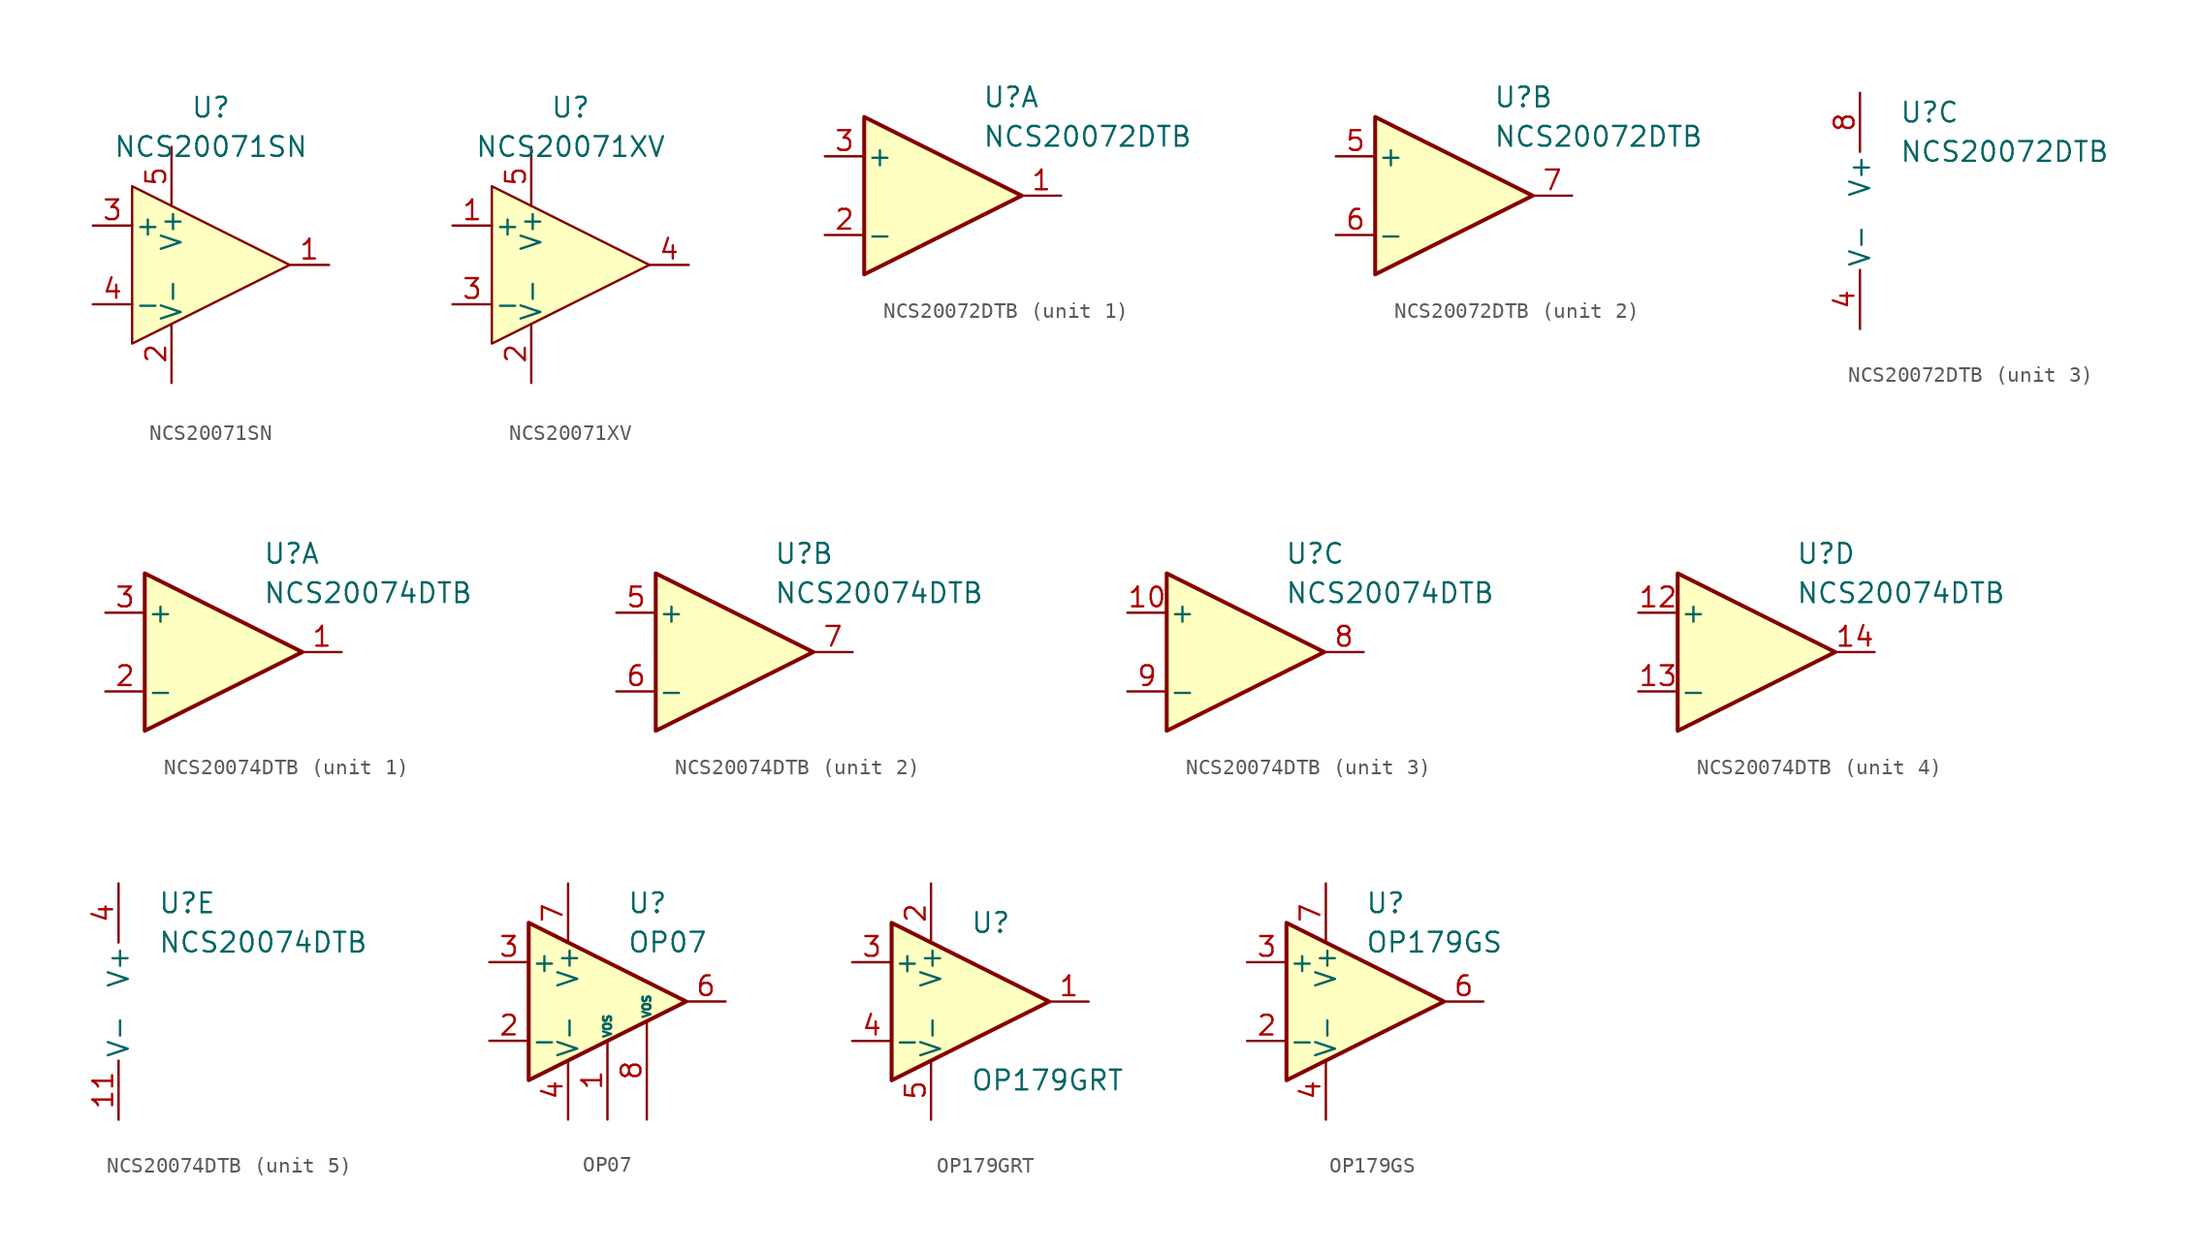
<source format=kicad_sym>
(kicad_symbol_lib
  (version 20201005)
  (generator kicad_symbol_editor)
  (symbol "Amplifier_Operational:NCS20071SN"
    (pin_names
      (offset 0.127))
    (property "Reference" "U"
      (at 0 10.16 0)
      (effects (font (size 1.27 1.27))))
    (property "Value" "NCS20071SN"
      (at 0 7.62 0)
      (effects (font (size 1.27 1.27))))
    (symbol "NCS20071SN_1_1"
      (polyline (pts (xy 5.08 0) (xy -5.08 5.08) (xy -5.08 -5.08) (xy 5.08 0)) (stroke (width 0)) (fill (type background)))
      (pin output line (at 7.62 0 180) (length 2.54) (name "~" (effects (font (size 1.27 1.27)))) (number "1" (effects (font (size 1.27 1.27)))))
      (pin power_in line (at -2.54 -7.62 90) (length 3.81) (name "V-" (effects (font (size 1.27 1.27)))) (number "2" (effects (font (size 1.27 1.27)))))
      (pin input line (at -7.62 2.54 0) (length 2.54) (name "+" (effects (font (size 1.27 1.27)))) (number "3" (effects (font (size 1.27 1.27)))))
      (pin input line (at -7.62 -2.54 0) (length 2.54) (name "-" (effects (font (size 1.27 1.27)))) (number "4" (effects (font (size 1.27 1.27)))))
      (pin power_in line (at -2.54 7.62 270) (length 3.81) (name "V+" (effects (font (size 1.27 1.27)))) (number "5" (effects (font (size 1.27 1.27)))))))
  (symbol "Amplifier_Operational:NCS20071XV"
    (pin_names
      (offset 0.127))
    (property "Reference" "U"
      (at 0 10.16 0)
      (effects (font (size 1.27 1.27))))
    (property "Value" "NCS20071XV"
      (at 0 7.62 0)
      (effects (font (size 1.27 1.27))))
    (symbol "NCS20071XV_1_1"
      (polyline (pts (xy 5.08 0) (xy -5.08 5.08) (xy -5.08 -5.08) (xy 5.08 0)) (stroke (width 0)) (fill (type background)))
      (pin input line (at -7.62 2.54 0) (length 2.54) (name "+" (effects (font (size 1.27 1.27)))) (number "1" (effects (font (size 1.27 1.27)))))
      (pin power_in line (at -2.54 -7.62 90) (length 3.81) (name "V-" (effects (font (size 1.27 1.27)))) (number "2" (effects (font (size 1.27 1.27)))))
      (pin input line (at -7.62 -2.54 0) (length 2.54) (name "-" (effects (font (size 1.27 1.27)))) (number "3" (effects (font (size 1.27 1.27)))))
      (pin output line (at 7.62 0 180) (length 2.54) (name "~" (effects (font (size 1.27 1.27)))) (number "4" (effects (font (size 1.27 1.27)))))
      (pin power_in line (at -2.54 7.62 270) (length 3.81) (name "V+" (effects (font (size 1.27 1.27)))) (number "5" (effects (font (size 1.27 1.27)))))))
  (symbol "Amplifier_Operational:NCS20072DTB"
    (pin_names
      (offset 0.127))
    (property "Reference" "U"
      (at 2.54 6.35 0)
      (effects (font (size 1.27 1.27)) (justify left)))
    (property "Value" "NCS20072DTB"
      (at 2.54 3.81 0)
      (effects (font (size 1.27 1.27)) (justify left)))
    (property "ki_locked" ""
      (at 0 0 0)
      (effects (font (size 1.27 1.27))))
    (symbol "NCS20072DTB_1_1"
      (polyline (pts (xy 5.08 0) (xy -5.08 5.08) (xy -5.08 -5.08) (xy 5.08 0)) (stroke (width 0.254)) (fill (type background)))
      (pin output line (at 7.62 0 180) (length 2.54) (name "~" (effects (font (size 1.27 1.27)))) (number "1" (effects (font (size 1.27 1.27)))))
      (pin input line (at -7.62 -2.54 0) (length 2.54) (name "-" (effects (font (size 1.27 1.27)))) (number "2" (effects (font (size 1.27 1.27)))))
      (pin input line (at -7.62 2.54 0) (length 2.54) (name "+" (effects (font (size 1.27 1.27)))) (number "3" (effects (font (size 1.27 1.27))))))
    (symbol "NCS20072DTB_2_1"
      (polyline (pts (xy 5.08 0) (xy -5.08 5.08) (xy -5.08 -5.08) (xy 5.08 0)) (stroke (width 0.254)) (fill (type background)))
      (pin input line (at -7.62 2.54 0) (length 2.54) (name "+" (effects (font (size 1.27 1.27)))) (number "5" (effects (font (size 1.27 1.27)))))
      (pin input line (at -7.62 -2.54 0) (length 2.54) (name "-" (effects (font (size 1.27 1.27)))) (number "6" (effects (font (size 1.27 1.27)))))
      (pin output line (at 7.62 0 180) (length 2.54) (name "~" (effects (font (size 1.27 1.27)))) (number "7" (effects (font (size 1.27 1.27))))))
    (symbol "NCS20072DTB_3_1"
      (pin power_in line (at 0 -7.62 90) (length 3.81) (name "V-" (effects (font (size 1.27 1.27)))) (number "4" (effects (font (size 1.27 1.27)))))
      (pin power_in line (at 0 7.62 270) (length 3.81) (name "V+" (effects (font (size 1.27 1.27)))) (number "8" (effects (font (size 1.27 1.27)))))))
  (symbol "Amplifier_Operational:NCS20074DTB"
    (pin_names
      (offset 0.127))
    (property "Reference" "U"
      (at 2.54 6.35 0)
      (effects (font (size 1.27 1.27)) (justify left)))
    (property "Value" "NCS20074DTB"
      (at 2.54 3.81 0)
      (effects (font (size 1.27 1.27)) (justify left)))
    (property "ki_locked" ""
      (at 0 0 0)
      (effects (font (size 1.27 1.27))))
    (symbol "NCS20074DTB_1_1"
      (polyline (pts (xy 5.08 0) (xy -5.08 5.08) (xy -5.08 -5.08) (xy 5.08 0)) (stroke (width 0.254)) (fill (type background)))
      (pin output line (at 7.62 0 180) (length 2.54) (name "~" (effects (font (size 1.27 1.27)))) (number "1" (effects (font (size 1.27 1.27)))))
      (pin input line (at -7.62 -2.54 0) (length 2.54) (name "-" (effects (font (size 1.27 1.27)))) (number "2" (effects (font (size 1.27 1.27)))))
      (pin input line (at -7.62 2.54 0) (length 2.54) (name "+" (effects (font (size 1.27 1.27)))) (number "3" (effects (font (size 1.27 1.27))))))
    (symbol "NCS20074DTB_2_1"
      (polyline (pts (xy -5.08 5.08) (xy -5.08 -5.08) (xy 5.08 0) (xy -5.08 5.08)) (stroke (width 0.254)) (fill (type background)))
      (pin input line (at -7.62 2.54 0) (length 2.54) (name "+" (effects (font (size 1.27 1.27)))) (number "5" (effects (font (size 1.27 1.27)))))
      (pin input line (at -7.62 -2.54 0) (length 2.54) (name "-" (effects (font (size 1.27 1.27)))) (number "6" (effects (font (size 1.27 1.27)))))
      (pin output line (at 7.62 0 180) (length 2.54) (name "~" (effects (font (size 1.27 1.27)))) (number "7" (effects (font (size 1.27 1.27))))))
    (symbol "NCS20074DTB_3_1"
      (polyline (pts (xy 5.08 0) (xy -5.08 5.08) (xy -5.08 -5.08) (xy 5.08 0)) (stroke (width 0.254)) (fill (type background)))
      (pin input line (at -7.62 2.54 0) (length 2.54) (name "+" (effects (font (size 1.27 1.27)))) (number "10" (effects (font (size 1.27 1.27)))))
      (pin output line (at 7.62 0 180) (length 2.54) (name "~" (effects (font (size 1.27 1.27)))) (number "8" (effects (font (size 1.27 1.27)))))
      (pin input line (at -7.62 -2.54 0) (length 2.54) (name "-" (effects (font (size 1.27 1.27)))) (number "9" (effects (font (size 1.27 1.27))))))
    (symbol "NCS20074DTB_4_1"
      (polyline (pts (xy -5.08 5.08) (xy 5.08 0) (xy -5.08 -5.08) (xy -5.08 5.08)) (stroke (width 0.254)) (fill (type background)))
      (pin input line (at -7.62 2.54 0) (length 2.54) (name "+" (effects (font (size 1.27 1.27)))) (number "12" (effects (font (size 1.27 1.27)))))
      (pin input line (at -7.62 -2.54 0) (length 2.54) (name "-" (effects (font (size 1.27 1.27)))) (number "13" (effects (font (size 1.27 1.27)))))
      (pin output line (at 7.62 0 180) (length 2.54) (name "~" (effects (font (size 1.27 1.27)))) (number "14" (effects (font (size 1.27 1.27))))))
    (symbol "NCS20074DTB_5_1"
      (pin power_in line (at 0 -7.62 90) (length 3.81) (name "V-" (effects (font (size 1.27 1.27)))) (number "11" (effects (font (size 1.27 1.27)))))
      (pin power_in line (at 0 7.62 270) (length 3.81) (name "V+" (effects (font (size 1.27 1.27)))) (number "4" (effects (font (size 1.27 1.27)))))))
  (symbol "Amplifier_Operational:OP07"
    (pin_names
      (offset 0.127))
    (property "Reference" "U"
      (at 1.27 6.35 0)
      (effects (font (size 1.27 1.27)) (justify left)))
    (property "Value" "OP07"
      (at 1.27 3.81 0)
      (effects (font (size 1.27 1.27)) (justify left)))
    (symbol "OP07_0_1"
      (polyline (pts (xy -5.08 5.08) (xy 5.08 0) (xy -5.08 -5.08) (xy -5.08 5.08)) (stroke (width 0.254)) (fill (type background))))
    (symbol "OP07_1_1"
      (pin input line (at 0 -7.62 90) (length 5.08) (name "VOS" (effects (font (size 0.508 0.508)))) (number "1" (effects (font (size 1.27 1.27)))))
      (pin input line (at -7.62 -2.54 0) (length 2.54) (name "-" (effects (font (size 1.27 1.27)))) (number "2" (effects (font (size 1.27 1.27)))))
      (pin input line (at -7.62 2.54 0) (length 2.54) (name "+" (effects (font (size 1.27 1.27)))) (number "3" (effects (font (size 1.27 1.27)))))
      (pin power_in line (at -2.54 -7.62 90) (length 3.81) (name "V-" (effects (font (size 1.27 1.27)))) (number "4" (effects (font (size 1.27 1.27)))))
      (pin no_connect line (at 0 2.54 270) (length 2.54) hide (name "NC" (effects (font (size 1.27 1.27)))) (number "5" (effects (font (size 1.27 1.27)))))
      (pin output line (at 7.62 0 180) (length 2.54) (name "~" (effects (font (size 1.27 1.27)))) (number "6" (effects (font (size 1.27 1.27)))))
      (pin power_in line (at -2.54 7.62 270) (length 3.81) (name "V+" (effects (font (size 1.27 1.27)))) (number "7" (effects (font (size 1.27 1.27)))))
      (pin input line (at 2.54 -7.62 90) (length 6.35) (name "VOS" (effects (font (size 0.508 0.508)))) (number "8" (effects (font (size 1.27 1.27)))))))
  (symbol "Amplifier_Operational:OP179GRT"
    (pin_names
      (offset 0.127))
    (property "Reference" "U"
      (at 0 5.08 0)
      (effects (font (size 1.27 1.27)) (justify left)))
    (property "Value" "OP179GRT"
      (at 0 -5.08 0)
      (effects (font (size 1.27 1.27)) (justify left)))
    (symbol "OP179GRT_0_1"
      (polyline (pts (xy -5.08 5.08) (xy 5.08 0) (xy -5.08 -5.08) (xy -5.08 5.08)) (stroke (width 0.254)) (fill (type background)))
      (pin power_in line (at -2.54 7.62 270) (length 3.81) (name "V+" (effects (font (size 1.27 1.27)))) (number "2" (effects (font (size 1.27 1.27)))))
      (pin power_in line (at -2.54 -7.62 90) (length 3.81) (name "V-" (effects (font (size 1.27 1.27)))) (number "5" (effects (font (size 1.27 1.27))))))
    (symbol "OP179GRT_1_1"
      (pin output line (at 7.62 0 180) (length 2.54) (name "~" (effects (font (size 1.27 1.27)))) (number "1" (effects (font (size 1.27 1.27)))))
      (pin input line (at -7.62 2.54 0) (length 2.54) (name "+" (effects (font (size 1.27 1.27)))) (number "3" (effects (font (size 1.27 1.27)))))
      (pin input line (at -7.62 -2.54 0) (length 2.54) (name "-" (effects (font (size 1.27 1.27)))) (number "4" (effects (font (size 1.27 1.27)))))))
  (symbol "Amplifier_Operational:OP179GS"
    (pin_names
      (offset 0.127))
    (property "Reference" "U"
      (at 0 6.35 0)
      (effects (font (size 1.27 1.27)) (justify left)))
    (property "Value" "OP179GS"
      (at 0 3.81 0)
      (effects (font (size 1.27 1.27)) (justify left)))
    (symbol "OP179GS_0_1"
      (polyline (pts (xy -5.08 5.08) (xy 5.08 0) (xy -5.08 -5.08) (xy -5.08 5.08)) (stroke (width 0.254)) (fill (type background))))
    (symbol "OP179GS_1_1"
      (pin no_connect line (at -5.08 -2.54 90) (length 2.54) hide (name "NC" (effects (font (size 1.27 1.27)))) (number "1" (effects (font (size 1.27 1.27)))))
      (pin input line (at -7.62 -2.54 0) (length 2.54) (name "-" (effects (font (size 1.27 1.27)))) (number "2" (effects (font (size 1.27 1.27)))))
      (pin input line (at -7.62 2.54 0) (length 2.54) (name "+" (effects (font (size 1.27 1.27)))) (number "3" (effects (font (size 1.27 1.27)))))
      (pin power_in line (at -2.54 -7.62 90) (length 3.81) (name "V-" (effects (font (size 1.27 1.27)))) (number "4" (effects (font (size 1.27 1.27)))))
      (pin no_connect line (at -2.54 -2.54 90) (length 2.54) hide (name "NC" (effects (font (size 1.27 1.27)))) (number "5" (effects (font (size 1.27 1.27)))))
      (pin output line (at 7.62 0 180) (length 2.54) (name "~" (effects (font (size 1.27 1.27)))) (number "6" (effects (font (size 1.27 1.27)))))
      (pin power_in line (at -2.54 7.62 270) (length 3.81) (name "V+" (effects (font (size 1.27 1.27)))) (number "7" (effects (font (size 1.27 1.27)))))
      (pin no_connect line (at 0 -2.54 90) (length 2.54) hide (name "NC" (effects (font (size 1.27 1.27)))) (number "8" (effects (font (size 1.27 1.27))))))))
</source>
